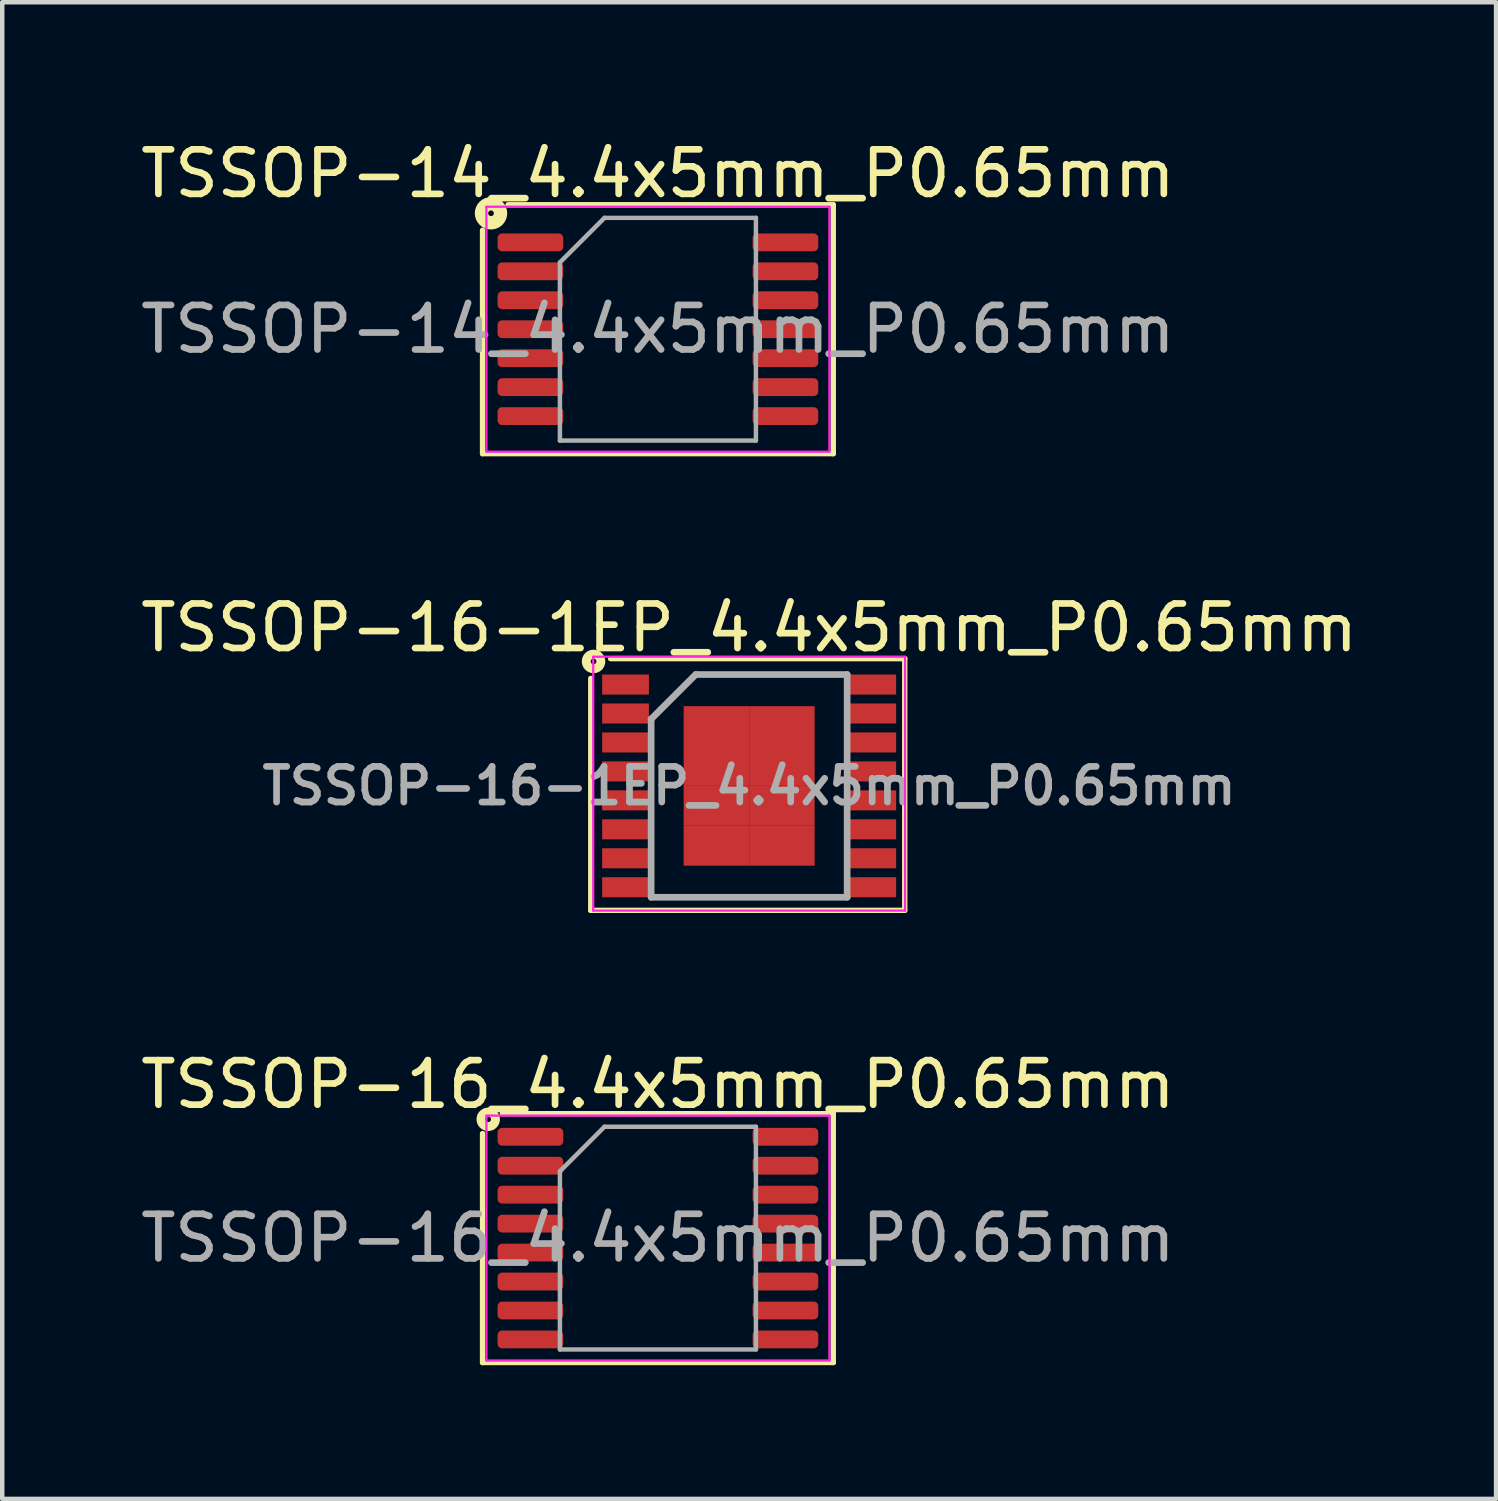
<source format=kicad_pcb>
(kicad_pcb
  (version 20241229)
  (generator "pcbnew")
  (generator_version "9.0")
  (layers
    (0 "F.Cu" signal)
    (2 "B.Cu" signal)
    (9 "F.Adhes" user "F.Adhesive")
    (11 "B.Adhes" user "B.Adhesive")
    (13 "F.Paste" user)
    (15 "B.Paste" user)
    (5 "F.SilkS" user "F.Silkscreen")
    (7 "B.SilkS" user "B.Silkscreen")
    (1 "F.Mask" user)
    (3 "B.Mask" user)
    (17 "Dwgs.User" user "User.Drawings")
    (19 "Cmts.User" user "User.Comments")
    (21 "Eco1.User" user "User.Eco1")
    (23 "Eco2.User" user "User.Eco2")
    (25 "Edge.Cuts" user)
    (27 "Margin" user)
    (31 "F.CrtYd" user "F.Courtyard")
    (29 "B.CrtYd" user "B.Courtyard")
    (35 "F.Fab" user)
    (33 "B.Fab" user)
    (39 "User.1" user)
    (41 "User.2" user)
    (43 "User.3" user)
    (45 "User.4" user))
  (footprint "TSSOP-16-1EP_4.4x5mm_P0.65mm"
    (layer "F.Cu")
    (at 13.768 14.593)
    (property "Reference" "TSSOP-16-1EP_4.4x5mm_P0.65mm" (at 0 -3.55 0) (layer "F.SilkS") (effects (font (size 1 1) (thickness 0.15))))
    (attr smd)
    (fp_line (start -3.556 -2.413) (end -3.556 2.794) (stroke (width 0.12) (type solid)) (layer "F.SilkS"))
    (fp_line (start -3.556 2.794) (end 3.493 2.794) (stroke (width 0.12) (type solid)) (layer "F.SilkS"))
    (fp_line (start 3.493 -2.857) (end -3.111 -2.857) (stroke (width 0.12) (type solid)) (layer "F.SilkS"))
    (fp_line (start 3.493 2.794) (end 3.493 -2.857) (stroke (width 0.12) (type solid)) (layer "F.SilkS"))
    (fp_circle (center -3.493 -2.794) (end -3.429 -2.794) (stroke (width 0.2) (type solid)) (fill no) (layer "F.SilkS"))
    (fp_line (start -3.5 -2.9) (end -3.5 2.8) (stroke (width 0.05) (type solid)) (layer "F.CrtYd"))
    (fp_line (start -3.5 -2.9) (end 3.5 -2.9) (stroke (width 0.05) (type solid)) (layer "F.CrtYd"))
    (fp_line (start -3.5 2.8) (end 3.5 2.8) (stroke (width 0.05) (type solid)) (layer "F.CrtYd"))
    (fp_line (start 3.5 -2.9) (end 3.5 2.8) (stroke (width 0.05) (type solid)) (layer "F.CrtYd"))
    (fp_line (start -2.2 -1.5) (end -1.2 -2.5) (stroke (width 0.15) (type solid)) (layer "F.Fab"))
    (fp_line (start -2.2 2.5) (end -2.2 -1.5) (stroke (width 0.15) (type solid)) (layer "F.Fab"))
    (fp_line (start -1.2 -2.5) (end 2.2 -2.5) (stroke (width 0.15) (type solid)) (layer "F.Fab"))
    (fp_line (start 2.2 -2.5) (end 2.2 2.5) (stroke (width 0.15) (type solid)) (layer "F.Fab"))
    (fp_line (start 2.2 2.5) (end -2.2 2.5) (stroke (width 0.15) (type solid)) (layer "F.Fab"))
    (fp_text user "${REFERENCE}" (at 0 0 0) (layer "F.Fab") (effects (font (size 0.8 0.8) (thickness 0.15))))
    (pad "1" smd rect (at -2.775 -2.275) (size 1.05 0.45) (layers "F.Cu" "F.Mask" "F.Paste"))
    (pad "2" smd rect (at -2.775 -1.625) (size 1.05 0.45) (layers "F.Cu" "F.Mask" "F.Paste"))
    (pad "3" smd rect (at -2.775 -0.975) (size 1.05 0.45) (layers "F.Cu" "F.Mask" "F.Paste"))
    (pad "4" smd rect (at -2.775 -0.325) (size 1.05 0.45) (layers "F.Cu" "F.Mask" "F.Paste"))
    (pad "5" smd rect (at -2.775 0.325) (size 1.05 0.45) (layers "F.Cu" "F.Mask" "F.Paste"))
    (pad "6" smd rect (at -2.775 0.975) (size 1.05 0.45) (layers "F.Cu" "F.Mask" "F.Paste"))
    (pad "7" smd rect (at -2.775 1.625) (size 1.05 0.45) (layers "F.Cu" "F.Mask" "F.Paste"))
    (pad "8" smd rect (at -2.775 2.275) (size 1.05 0.45) (layers "F.Cu" "F.Mask" "F.Paste"))
    (pad "9" smd rect (at 2.775 2.275) (size 1.05 0.45) (layers "F.Cu" "F.Mask" "F.Paste"))
    (pad "10" smd rect (at 2.775 1.625) (size 1.05 0.45) (layers "F.Cu" "F.Mask" "F.Paste"))
    (pad "11" smd rect (at 2.775 0.975) (size 1.05 0.45) (layers "F.Cu" "F.Mask" "F.Paste"))
    (pad "12" smd rect (at 2.775 0.325) (size 1.05 0.45) (layers "F.Cu" "F.Mask" "F.Paste"))
    (pad "13" smd rect (at 2.775 -0.325) (size 1.05 0.45) (layers "F.Cu" "F.Mask" "F.Paste"))
    (pad "14" smd rect (at 2.775 -0.975) (size 1.05 0.45) (layers "F.Cu" "F.Mask" "F.Paste"))
    (pad "15" smd rect (at 2.775 -1.625) (size 1.05 0.45) (layers "F.Cu" "F.Mask" "F.Paste"))
    (pad "16" smd rect (at 2.775 -2.275) (size 1.05 0.45) (layers "F.Cu" "F.Mask" "F.Paste"))
    (pad "17" smd rect (at -0.735 -1.343) (size 1.47 0.895) (layers "F.Cu" "F.Mask" "F.Paste"))
    (pad "17" smd rect (at -0.735 -0.448) (size 1.47 0.895) (layers "F.Cu" "F.Mask" "F.Paste"))
    (pad "17" smd rect (at -0.735 0.448) (size 1.47 0.895) (layers "F.Cu" "F.Mask" "F.Paste"))
    (pad "17" smd rect (at -0.735 1.343) (size 1.47 0.895) (layers "F.Cu" "F.Mask" "F.Paste"))
    (pad "17" smd rect (at 0.735 -1.343) (size 1.47 0.895) (layers "F.Cu" "F.Mask" "F.Paste"))
    (pad "17" smd rect (at 0.735 -0.448) (size 1.47 0.895) (layers "F.Cu" "F.Mask" "F.Paste"))
    (pad "17" smd rect (at 0.735 0.448) (size 1.47 0.895) (layers "F.Cu" "F.Mask" "F.Paste"))
    (pad "17" smd rect (at 0.735 1.343) (size 1.47 0.895) (layers "F.Cu" "F.Mask" "F.Paste")))
  (footprint "TSSOP-16_4.4x5mm_P0.65mm"
    (layer "F.Cu")
    (at 11.72 24.745)
    (property "Reference" "TSSOP-16_4.4x5mm_P0.65mm" (at 0 -3.45 0) (layer "F.SilkS") (effects (font (size 1 1) (thickness 0.15))))
    (attr smd)
    (fp_line (start -3.937 -2.349) (end -3.937 2.794) (stroke (width 0.12) (type solid)) (layer "F.SilkS"))
    (fp_line (start -3.937 2.794) (end 3.937 2.794) (stroke (width 0.12) (type solid)) (layer "F.SilkS"))
    (fp_line (start 3.937 -2.794) (end -3.493 -2.794) (stroke (width 0.12) (type solid)) (layer "F.SilkS"))
    (fp_line (start 3.937 2.794) (end 3.937 -2.794) (stroke (width 0.12) (type solid)) (layer "F.SilkS"))
    (fp_circle (center -3.81 -2.667) (end -3.747 -2.667) (stroke (width 0.2) (type solid)) (fill no) (layer "F.SilkS"))
    (fp_line (start -3.85 -2.75) (end -3.85 2.75) (stroke (width 0.05) (type solid)) (layer "F.CrtYd"))
    (fp_line (start -3.85 2.75) (end 3.85 2.75) (stroke (width 0.05) (type solid)) (layer "F.CrtYd"))
    (fp_line (start 3.85 -2.75) (end -3.85 -2.75) (stroke (width 0.05) (type solid)) (layer "F.CrtYd"))
    (fp_line (start 3.85 2.75) (end 3.85 -2.75) (stroke (width 0.05) (type solid)) (layer "F.CrtYd"))
    (fp_line (start -2.2 -1.5) (end -1.2 -2.5) (stroke (width 0.1) (type solid)) (layer "F.Fab"))
    (fp_line (start -2.2 2.5) (end -2.2 -1.5) (stroke (width 0.1) (type solid)) (layer "F.Fab"))
    (fp_line (start -1.2 -2.5) (end 2.2 -2.5) (stroke (width 0.1) (type solid)) (layer "F.Fab"))
    (fp_line (start 2.2 -2.5) (end 2.2 2.5) (stroke (width 0.1) (type solid)) (layer "F.Fab"))
    (fp_line (start 2.2 2.5) (end -2.2 2.5) (stroke (width 0.1) (type solid)) (layer "F.Fab"))
    (fp_text user "${REFERENCE}" (at 0 0 0) (layer "F.Fab") (effects (font (size 1 1) (thickness 0.15))))
    (pad "1" smd roundrect (at -2.862 -2.275) (size 1.475 0.4) (layers "F.Cu" "F.Mask" "F.Paste") (roundrect_rratio 0.25))
    (pad "2" smd roundrect (at -2.862 -1.625) (size 1.475 0.4) (layers "F.Cu" "F.Mask" "F.Paste") (roundrect_rratio 0.25))
    (pad "3" smd roundrect (at -2.862 -0.975) (size 1.475 0.4) (layers "F.Cu" "F.Mask" "F.Paste") (roundrect_rratio 0.25))
    (pad "4" smd roundrect (at -2.862 -0.325) (size 1.475 0.4) (layers "F.Cu" "F.Mask" "F.Paste") (roundrect_rratio 0.25))
    (pad "5" smd roundrect (at -2.862 0.325) (size 1.475 0.4) (layers "F.Cu" "F.Mask" "F.Paste") (roundrect_rratio 0.25))
    (pad "6" smd roundrect (at -2.862 0.975) (size 1.475 0.4) (layers "F.Cu" "F.Mask" "F.Paste") (roundrect_rratio 0.25))
    (pad "7" smd roundrect (at -2.862 1.625) (size 1.475 0.4) (layers "F.Cu" "F.Mask" "F.Paste") (roundrect_rratio 0.25))
    (pad "8" smd roundrect (at -2.862 2.275) (size 1.475 0.4) (layers "F.Cu" "F.Mask" "F.Paste") (roundrect_rratio 0.25))
    (pad "9" smd roundrect (at 2.862 2.275) (size 1.475 0.4) (layers "F.Cu" "F.Mask" "F.Paste") (roundrect_rratio 0.25))
    (pad "10" smd roundrect (at 2.862 1.625) (size 1.475 0.4) (layers "F.Cu" "F.Mask" "F.Paste") (roundrect_rratio 0.25))
    (pad "11" smd roundrect (at 2.862 0.975) (size 1.475 0.4) (layers "F.Cu" "F.Mask" "F.Paste") (roundrect_rratio 0.25))
    (pad "12" smd roundrect (at 2.862 0.325) (size 1.475 0.4) (layers "F.Cu" "F.Mask" "F.Paste") (roundrect_rratio 0.25))
    (pad "13" smd roundrect (at 2.862 -0.325) (size 1.475 0.4) (layers "F.Cu" "F.Mask" "F.Paste") (roundrect_rratio 0.25))
    (pad "14" smd roundrect (at 2.862 -0.975) (size 1.475 0.4) (layers "F.Cu" "F.Mask" "F.Paste") (roundrect_rratio 0.25))
    (pad "15" smd roundrect (at 2.862 -1.625) (size 1.475 0.4) (layers "F.Cu" "F.Mask" "F.Paste") (roundrect_rratio 0.25))
    (pad "16" smd roundrect (at 2.862 -2.275) (size 1.475 0.4) (layers "F.Cu" "F.Mask" "F.Paste") (roundrect_rratio 0.25)))
  (footprint "TSSOP-14_4.4x5mm_P0.65mm"
    (layer "F.Cu")
    (at 11.72 4.341)
    (property "Reference" "TSSOP-14_4.4x5mm_P0.65mm" (at 0 -3.493 0) (layer "F.SilkS") (effects (font (size 1 1) (thickness 0.15))))
    (attr smd)
    (fp_line (start -3.937 -2.223) (end -3.937 2.794) (stroke (width 0.12) (type solid)) (layer "F.SilkS"))
    (fp_line (start -3.937 2.794) (end 3.937 2.794) (stroke (width 0.12) (type solid)) (layer "F.SilkS"))
    (fp_line (start 3.937 -2.794) (end -3.365 -2.794) (stroke (width 0.12) (type solid)) (layer "F.SilkS"))
    (fp_line (start 3.937 2.794) (end 3.937 -2.794) (stroke (width 0.12) (type solid)) (layer "F.SilkS"))
    (fp_circle (center -3.747 -2.603) (end -3.683 -2.603) (stroke (width 0.3) (type solid)) (fill no) (layer "F.SilkS"))
    (fp_line (start -3.85 -2.75) (end -3.85 2.75) (stroke (width 0.05) (type solid)) (layer "F.CrtYd"))
    (fp_line (start -3.85 2.75) (end 3.85 2.75) (stroke (width 0.05) (type solid)) (layer "F.CrtYd"))
    (fp_line (start 3.85 -2.75) (end -3.85 -2.75) (stroke (width 0.05) (type solid)) (layer "F.CrtYd"))
    (fp_line (start 3.85 2.75) (end 3.85 -2.75) (stroke (width 0.05) (type solid)) (layer "F.CrtYd"))
    (fp_line (start -2.2 -1.5) (end -1.2 -2.5) (stroke (width 0.1) (type solid)) (layer "F.Fab"))
    (fp_line (start -2.2 2.5) (end -2.2 -1.5) (stroke (width 0.1) (type solid)) (layer "F.Fab"))
    (fp_line (start -1.2 -2.5) (end 2.2 -2.5) (stroke (width 0.1) (type solid)) (layer "F.Fab"))
    (fp_line (start 2.2 -2.5) (end 2.2 2.5) (stroke (width 0.1) (type solid)) (layer "F.Fab"))
    (fp_line (start 2.2 2.5) (end -2.2 2.5) (stroke (width 0.1) (type solid)) (layer "F.Fab"))
    (fp_text user "${REFERENCE}" (at 0 0 0) (layer "F.Fab") (effects (font (size 1 1) (thickness 0.15))))
    (pad "1" smd roundrect (at -2.862 -1.95) (size 1.475 0.4) (layers "F.Cu" "F.Mask" "F.Paste") (roundrect_rratio 0.25))
    (pad "2" smd roundrect (at -2.862 -1.3) (size 1.475 0.4) (layers "F.Cu" "F.Mask" "F.Paste") (roundrect_rratio 0.25))
    (pad "3" smd roundrect (at -2.862 -0.65) (size 1.475 0.4) (layers "F.Cu" "F.Mask" "F.Paste") (roundrect_rratio 0.25))
    (pad "4" smd roundrect (at -2.862 0) (size 1.475 0.4) (layers "F.Cu" "F.Mask" "F.Paste") (roundrect_rratio 0.25))
    (pad "5" smd roundrect (at -2.862 0.65) (size 1.475 0.4) (layers "F.Cu" "F.Mask" "F.Paste") (roundrect_rratio 0.25))
    (pad "6" smd roundrect (at -2.862 1.3) (size 1.475 0.4) (layers "F.Cu" "F.Mask" "F.Paste") (roundrect_rratio 0.25))
    (pad "7" smd roundrect (at -2.862 1.95) (size 1.475 0.4) (layers "F.Cu" "F.Mask" "F.Paste") (roundrect_rratio 0.25))
    (pad "8" smd roundrect (at 2.862 1.95) (size 1.475 0.4) (layers "F.Cu" "F.Mask" "F.Paste") (roundrect_rratio 0.25))
    (pad "9" smd roundrect (at 2.862 1.3) (size 1.475 0.4) (layers "F.Cu" "F.Mask" "F.Paste") (roundrect_rratio 0.25))
    (pad "10" smd roundrect (at 2.862 0.65) (size 1.475 0.4) (layers "F.Cu" "F.Mask" "F.Paste") (roundrect_rratio 0.25))
    (pad "11" smd roundrect (at 2.862 0) (size 1.475 0.4) (layers "F.Cu" "F.Mask" "F.Paste") (roundrect_rratio 0.25))
    (pad "12" smd roundrect (at 2.862 -0.65) (size 1.475 0.4) (layers "F.Cu" "F.Mask" "F.Paste") (roundrect_rratio 0.25))
    (pad "13" smd roundrect (at 2.862 -1.3) (size 1.475 0.4) (layers "F.Cu" "F.Mask" "F.Paste") (roundrect_rratio 0.25))
    (pad "14" smd roundrect (at 2.862 -1.95) (size 1.475 0.4) (layers "F.Cu" "F.Mask" "F.Paste") (roundrect_rratio 0.25)))
  (gr_rect
    (start -3 -3)
    (end 30.536 30.599)
    (stroke (width 0.1) (type default))
    (fill no)
    (layer "Edge.Cuts")))
</source>
